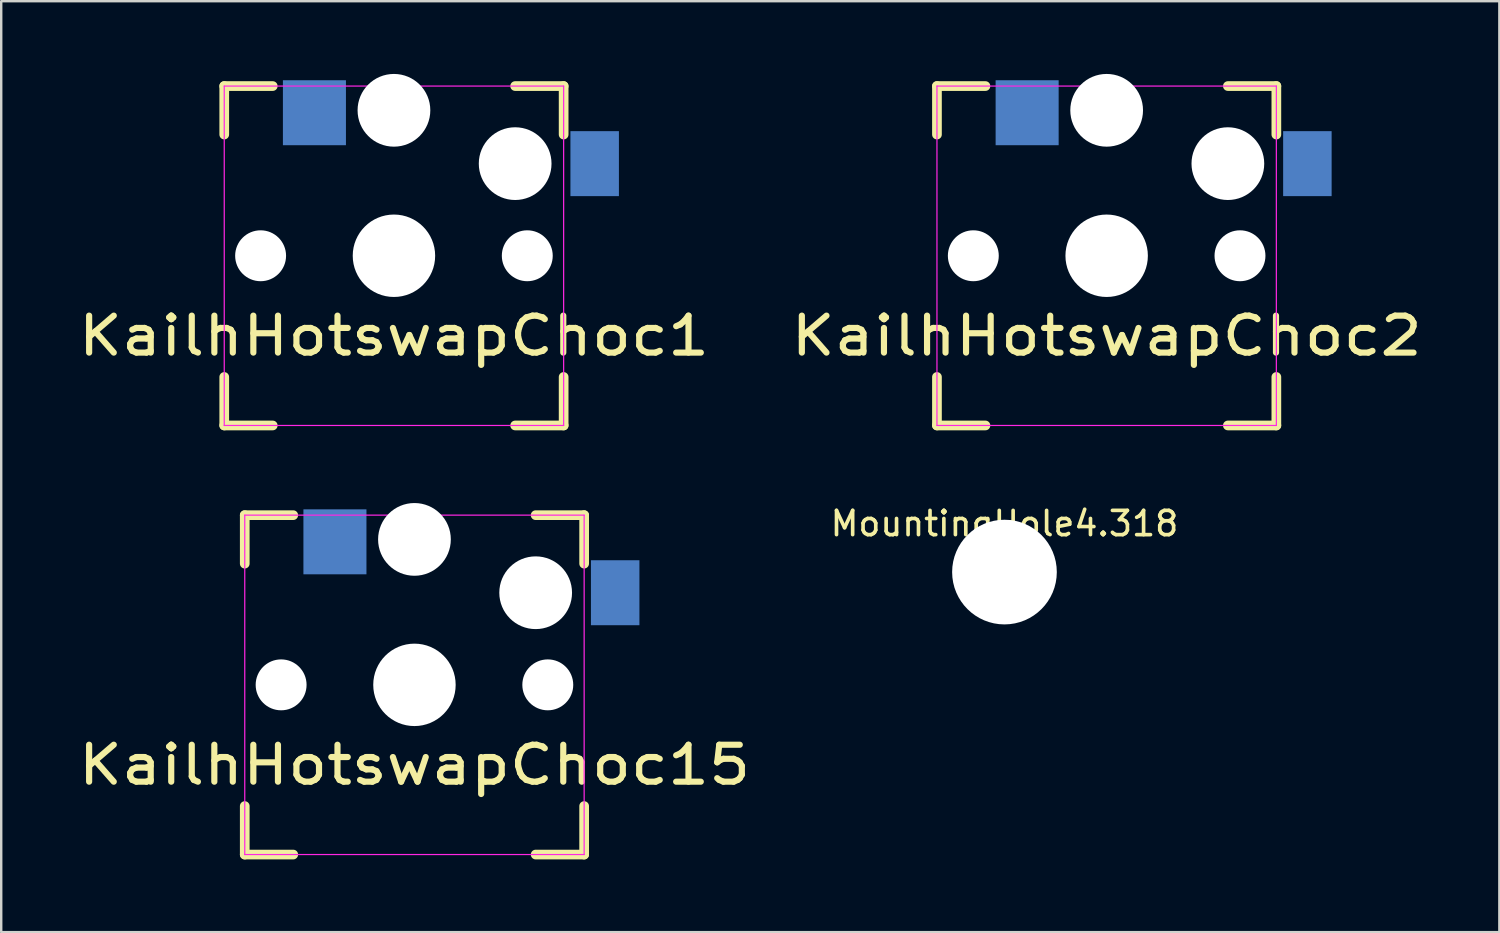
<source format=kicad_pcb>
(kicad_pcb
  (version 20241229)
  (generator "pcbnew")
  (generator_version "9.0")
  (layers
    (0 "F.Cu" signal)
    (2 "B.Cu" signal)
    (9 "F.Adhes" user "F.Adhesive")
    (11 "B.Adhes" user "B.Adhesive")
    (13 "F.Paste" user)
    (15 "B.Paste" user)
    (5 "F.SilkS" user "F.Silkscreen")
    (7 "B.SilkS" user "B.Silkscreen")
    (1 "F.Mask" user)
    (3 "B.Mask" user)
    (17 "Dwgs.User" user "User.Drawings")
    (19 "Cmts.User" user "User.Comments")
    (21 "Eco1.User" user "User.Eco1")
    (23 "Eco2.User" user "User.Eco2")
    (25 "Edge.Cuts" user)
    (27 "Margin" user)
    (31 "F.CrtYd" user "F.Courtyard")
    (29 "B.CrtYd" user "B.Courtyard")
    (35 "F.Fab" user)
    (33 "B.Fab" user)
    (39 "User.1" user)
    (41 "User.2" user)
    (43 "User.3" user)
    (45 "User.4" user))
  (footprint "KailhHotswapChoc1"
    (layer "F.Cu")
    (at 13.2 7.5)
    (property "Reference" "KailhHotswapChoc1" (at 0 3.302 0) (layer "F.SilkS") (effects (font (size 1.524 1.778) (thickness 0.254))))
    (attr through_hole)
    (fp_line (start -7 -7) (end -5 -7) (stroke (width 0.4) (type solid)) (layer "F.SilkS"))
    (fp_line (start -7 -5) (end -7 -7) (stroke (width 0.4) (type solid)) (layer "F.SilkS"))
    (fp_line (start -7 5) (end -7 7) (stroke (width 0.4) (type solid)) (layer "F.SilkS"))
    (fp_line (start -7 7) (end -5 7) (stroke (width 0.4) (type solid)) (layer "F.SilkS"))
    (fp_line (start 7 -7) (end 5 -7) (stroke (width 0.4) (type solid)) (layer "F.SilkS"))
    (fp_line (start 7 -5) (end 7 -7) (stroke (width 0.4) (type solid)) (layer "F.SilkS"))
    (fp_line (start 7 5) (end 7 7) (stroke (width 0.4) (type solid)) (layer "F.SilkS"))
    (fp_line (start 7 7) (end 5 7) (stroke (width 0.4) (type solid)) (layer "F.SilkS"))
    (fp_line (start -7 -7) (end -7 7) (stroke (width 0.05) (type solid)) (layer "F.CrtYd"))
    (fp_line (start -7 7) (end 7 7) (stroke (width 0.05) (type solid)) (layer "F.CrtYd"))
    (fp_line (start 7 -7) (end -7 -7) (stroke (width 0.05) (type solid)) (layer "F.CrtYd"))
    (fp_line (start 7 7) (end 7 -7) (stroke (width 0.05) (type solid)) (layer "F.CrtYd"))
    (pad "" np_thru_hole circle (at -5.5 0) (size 2.1 2.1) (drill 2.1) (layers "*.Cu" "*.Mask"))
    (pad "" np_thru_hole circle (at 0 -6) (size 3 3) (drill 3) (layers "*.Cu" "*.Mask"))
    (pad "" np_thru_hole circle (at 0 0) (size 3.4 3.4) (drill 3.4) (layers "*.Cu"))
    (pad "" np_thru_hole circle (at 5 -3.8) (size 3 3) (drill 3) (layers "*.Cu" "*.Mask"))
    (pad "" np_thru_hole circle (at 5.5 0) (size 2.1 2.1) (drill 2.1) (layers "*.Cu" "*.Mask"))
    (pad "1" smd rect (at 8.28 -3.8) (size 2 2.68) (layers "B.Cu" "B.Mask" "B.Paste"))
    (pad "2" smd rect (at -3.28 -5.9) (size 2.6 2.68) (layers "B.Cu" "B.Mask" "B.Paste")))
  (footprint "KailhHotswapChoc2"
    (layer "F.Cu")
    (at 42.599 7.5)
    (property "Reference" "KailhHotswapChoc2" (at 0 3.302 0) (layer "F.SilkS") (effects (font (size 1.524 1.778) (thickness 0.254))))
    (attr through_hole)
    (fp_line (start -7 -7) (end -5 -7) (stroke (width 0.4) (type solid)) (layer "F.SilkS"))
    (fp_line (start -7 -5) (end -7 -7) (stroke (width 0.4) (type solid)) (layer "F.SilkS"))
    (fp_line (start -7 5) (end -7 7) (stroke (width 0.4) (type solid)) (layer "F.SilkS"))
    (fp_line (start -7 7) (end -5 7) (stroke (width 0.4) (type solid)) (layer "F.SilkS"))
    (fp_line (start 7 -7) (end 5 -7) (stroke (width 0.4) (type solid)) (layer "F.SilkS"))
    (fp_line (start 7 -5) (end 7 -7) (stroke (width 0.4) (type solid)) (layer "F.SilkS"))
    (fp_line (start 7 5) (end 7 7) (stroke (width 0.4) (type solid)) (layer "F.SilkS"))
    (fp_line (start 7 7) (end 5 7) (stroke (width 0.4) (type solid)) (layer "F.SilkS"))
    (fp_line (start -7 -7) (end -7 7) (stroke (width 0.05) (type solid)) (layer "F.CrtYd"))
    (fp_line (start -7 7) (end 7 7) (stroke (width 0.05) (type solid)) (layer "F.CrtYd"))
    (fp_line (start 7 -7) (end -7 -7) (stroke (width 0.05) (type solid)) (layer "F.CrtYd"))
    (fp_line (start 7 7) (end 7 -7) (stroke (width 0.05) (type solid)) (layer "F.CrtYd"))
    (pad "" np_thru_hole circle (at -5.5 0) (size 2.1 2.1) (drill 2.1) (layers "*.Cu" "*.Mask"))
    (pad "" np_thru_hole circle (at 0 -6) (size 3 3) (drill 3) (layers "*.Cu" "*.Mask"))
    (pad "" np_thru_hole circle (at 0 0) (size 3.4 3.4) (drill 3.4) (layers "*.Cu"))
    (pad "" np_thru_hole circle (at 5 -3.8) (size 3 3) (drill 3) (layers "*.Cu" "*.Mask"))
    (pad "" np_thru_hole circle (at 5.5 0) (size 2.1 2.1) (drill 2.1) (layers "*.Cu" "*.Mask"))
    (pad "1" smd rect (at 8.28 -3.8) (size 2 2.68) (layers "B.Cu" "B.Mask" "B.Paste"))
    (pad "2" smd rect (at -3.28 -5.9) (size 2.6 2.68) (layers "B.Cu" "B.Mask" "B.Paste")))
  (footprint "KailhHotswapChoc15"
    (layer "F.Cu")
    (at 14.046 25.2)
    (property "Reference" "KailhHotswapChoc15" (at 0 3.302 0) (layer "F.SilkS") (effects (font (size 1.524 1.778) (thickness 0.254))))
    (attr through_hole)
    (fp_line (start -7 -7) (end -5 -7) (stroke (width 0.4) (type solid)) (layer "F.SilkS"))
    (fp_line (start -7 -5) (end -7 -7) (stroke (width 0.4) (type solid)) (layer "F.SilkS"))
    (fp_line (start -7 5) (end -7 7) (stroke (width 0.4) (type solid)) (layer "F.SilkS"))
    (fp_line (start -7 7) (end -5 7) (stroke (width 0.4) (type solid)) (layer "F.SilkS"))
    (fp_line (start 7 -7) (end 5 -7) (stroke (width 0.4) (type solid)) (layer "F.SilkS"))
    (fp_line (start 7 -5) (end 7 -7) (stroke (width 0.4) (type solid)) (layer "F.SilkS"))
    (fp_line (start 7 5) (end 7 7) (stroke (width 0.4) (type solid)) (layer "F.SilkS"))
    (fp_line (start 7 7) (end 5 7) (stroke (width 0.4) (type solid)) (layer "F.SilkS"))
    (fp_line (start -7 -7) (end -7 7) (stroke (width 0.05) (type solid)) (layer "F.CrtYd"))
    (fp_line (start -7 7) (end 7 7) (stroke (width 0.05) (type solid)) (layer "F.CrtYd"))
    (fp_line (start 7 -7) (end -7 -7) (stroke (width 0.05) (type solid)) (layer "F.CrtYd"))
    (fp_line (start 7 7) (end 7 -7) (stroke (width 0.05) (type solid)) (layer "F.CrtYd"))
    (pad "" np_thru_hole circle (at -5.5 0) (size 2.1 2.1) (drill 2.1) (layers "*.Cu" "*.Mask"))
    (pad "" np_thru_hole circle (at 0 -6) (size 3 3) (drill 3) (layers "*.Cu" "*.Mask"))
    (pad "" np_thru_hole circle (at 0 0) (size 3.4 3.4) (drill 3.4) (layers "*.Cu"))
    (pad "" np_thru_hole circle (at 5 -3.8) (size 3 3) (drill 3) (layers "*.Cu" "*.Mask"))
    (pad "" np_thru_hole circle (at 5.5 0) (size 2.1 2.1) (drill 2.1) (layers "*.Cu" "*.Mask"))
    (pad "1" smd rect (at 8.28 -3.8) (size 2 2.68) (layers "B.Cu" "B.Mask" "B.Paste"))
    (pad "2" smd rect (at -3.28 -5.9) (size 2.6 2.68) (layers "B.Cu" "B.Mask" "B.Paste")))
  (footprint "MountingHole4.318"
    (layer "F.Cu")
    (at 38.384 20.548)
    (property "Reference" "MountingHole4.318" (at 0 -2 0) (unlocked yes) (layer "F.SilkS") (effects (font (size 1 1) (thickness 0.15))))
    (attr through_hole)
    (pad "" np_thru_hole circle (at 0 0) (size 4.318 4.318) (drill 4.318) (layers "*.Cu" "*.Mask")))
  (gr_rect
    (start -3 -3)
    (end 58.798 35.4)
    (stroke (width 0.1) (type default))
    (fill no)
    (layer "Edge.Cuts")))
</source>
